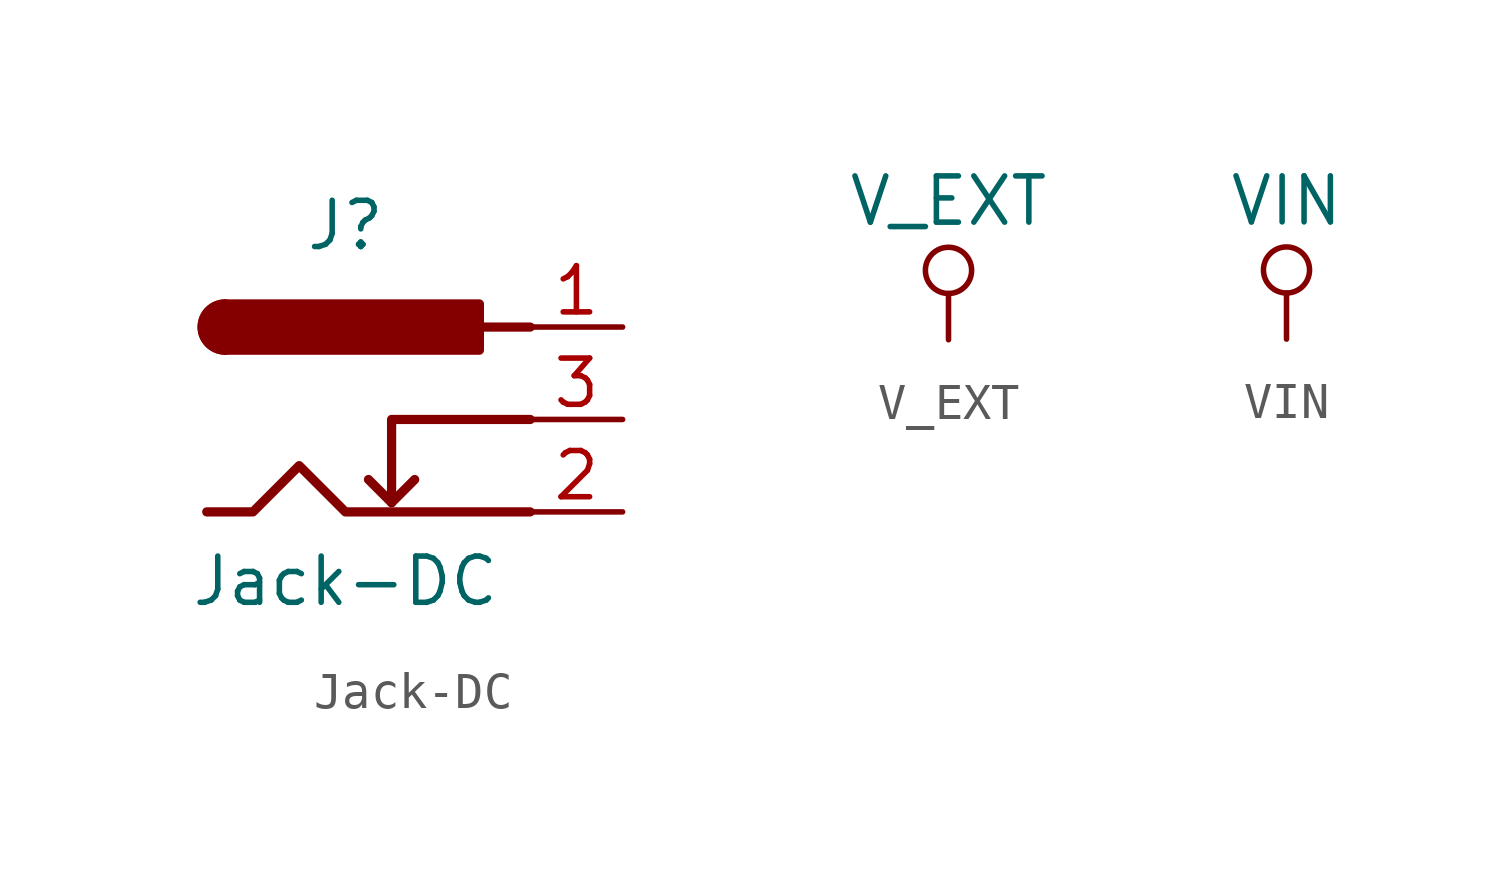
<source format=kicad_sym>
(kicad_symbol_lib
  (version 20231120)
  (generator "kicad_symbol_editor")
  (generator_version "8.0")
  (symbol "Jack-DC"
    (pin_names
      (offset 1.016))
    (property "Reference" "J"
      (at 0 5.334 0)
      (effects (font (size 1.27 1.27))))
    (property "Value" "Jack-DC"
      (at 0 -4.445 0)
      (effects (font (size 1.27 1.27))))
    (symbol "Jack-DC_0_1"
      (arc (start -3.302 3.175) (mid -3.937 2.54) (end -3.302 1.905) (stroke (width 0.254) (type solid)) (fill (type none)))
      (arc (start -3.302 3.175) (mid -3.937 2.54) (end -3.302 1.905) (stroke (width 0.254) (type solid)) (fill (type outline)))
      (polyline (pts (xy 1.27 -2.286) (xy 1.905 -1.651)) (stroke (width 0.254) (type solid)) (fill (type none)))
      (polyline (pts (xy 5.08 2.54) (xy 3.81 2.54)) (stroke (width 0.254) (type solid)) (fill (type none)))
      (polyline (pts (xy 5.08 0) (xy 1.27 0) (xy 1.27 -2.286) (xy 0.635 -1.651)) (stroke (width 0.254) (type solid)) (fill (type none)))
      (polyline (pts (xy -3.81 -2.54) (xy -2.54 -2.54) (xy -1.27 -1.27) (xy 0 -2.54) (xy 2.54 -2.54) (xy 5.08 -2.54)) (stroke (width 0.254) (type solid)) (fill (type none)))
      (rectangle (start 3.683 3.175) (end -3.302 1.905) (stroke (width 0.254) (type solid)) (fill (type outline))))
    (symbol "Jack-DC_1_1"
      (pin power_out line (at 7.62 2.54 180) (length 2.54) (name "~" (effects (font (size 1.27 1.27)))) (number "1" (effects (font (size 1.27 1.27)))))
      (pin power_out line (at 7.62 -2.54 180) (length 2.54) (name "~" (effects (font (size 1.27 1.27)))) (number "2" (effects (font (size 1.27 1.27)))))
      (pin passive line (at 7.62 0 180) (length 2.54) (name "~" (effects (font (size 1.27 1.27)))) (number "3" (effects (font (size 1.27 1.27)))))))
  (symbol "V_EXT"
    (power)
    (pin_names
      (offset 0))
    (property "Reference" "#PWR"
      (at 0 -3.81 0)
      (effects (font (size 1.27 1.27)) (hide yes)))
    (property "Value" "V_EXT"
      (at 0 3.81 0)
      (effects (font (size 1.27 1.27))))
    (symbol "V_EXT_0_1"
      (polyline (pts (xy 0 0) (xy 0 1.27)) (stroke (width 0) (type solid)) (fill (type none)))
      (circle (center 0 1.905) (radius 0.635) (stroke (width 0) (type solid)) (fill (type none))))
    (symbol "V_EXT_1_1"
      (pin power_in line (at 0 0 90) (length 0) hide (name "VEXT" (effects (font (size 1.27 1.27)))) (number "1" (effects (font (size 1.27 1.27)))))))
  (symbol "VIN"
    (power)
    (pin_names
      (offset 0))
    (property "Reference" "#PWR"
      (at 0 -3.81 0)
      (effects (font (size 1.27 1.27)) (hide yes)))
    (property "Value" "VIN"
      (at 0 3.81 0)
      (effects (font (size 1.27 1.27))))
    (symbol "VIN_0_1"
      (polyline (pts (xy 0 0) (xy 0 1.27)) (stroke (width 0) (type solid)) (fill (type none)))
      (circle (center 0 1.905) (radius 0.635) (stroke (width 0) (type solid)) (fill (type none))))
    (symbol "VIN_1_1"
      (pin power_in line (at 0 0 90) (length 0) hide (name "VIN" (effects (font (size 1.27 1.27)))) (number "1" (effects (font (size 1.27 1.27))))))))
</source>
